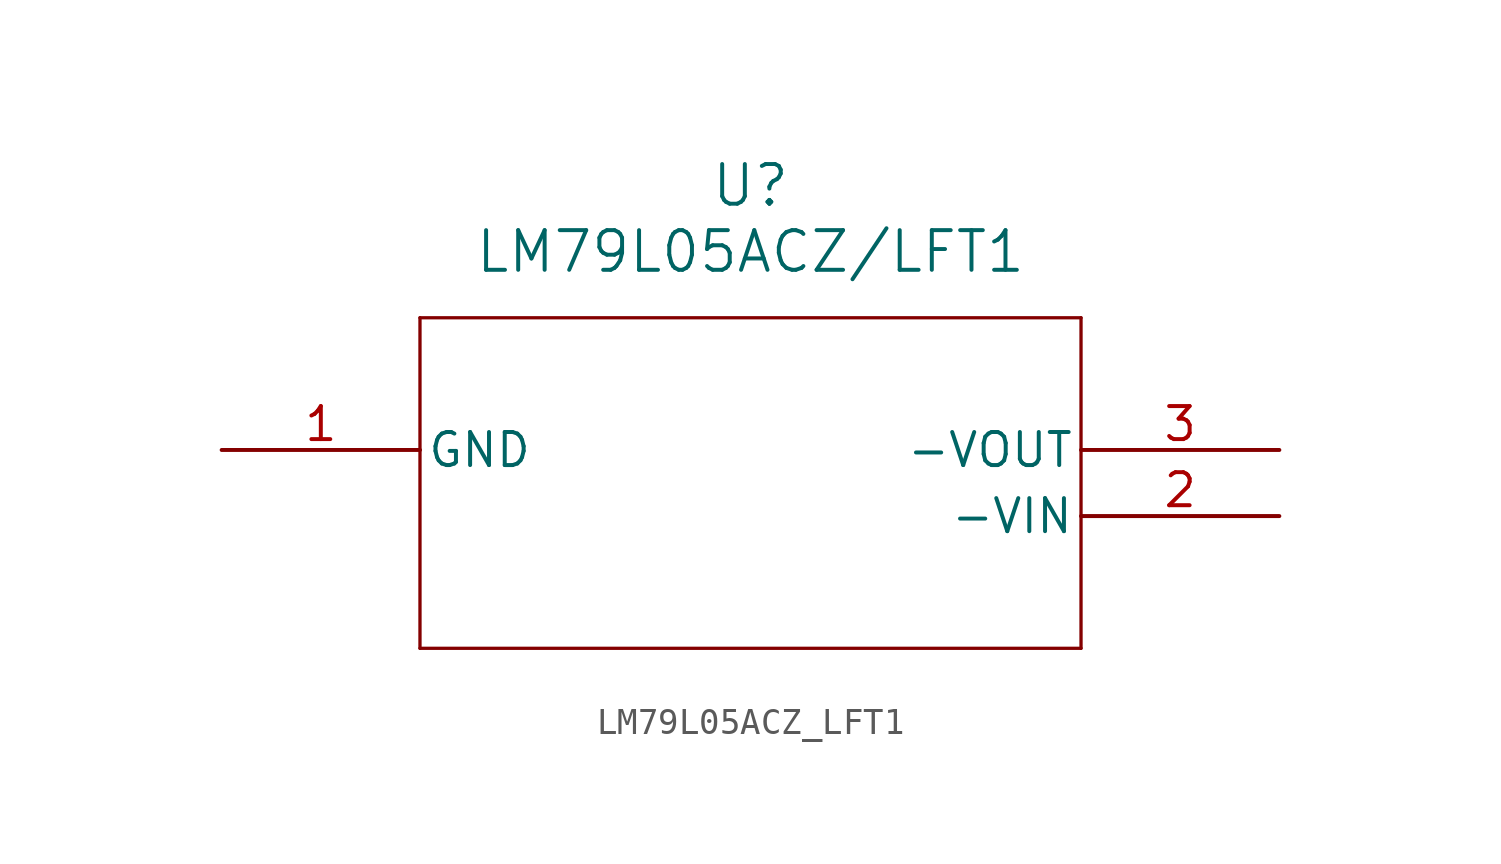
<source format=kicad_sym>
(kicad_symbol_lib
  (version 20211014)
  (generator kicad_symbol_editor)
  (symbol "LM79L05ACZ_LFT1"
    (pin_names
      (offset 0.254))
    (property "Reference" "U"
      (at 20.32 10.16 0)
      (effects (font (size 1.524 1.524))))
    (property "Value" "LM79L05ACZ/LFT1"
      (at 20.32 7.62 0)
      (effects (font (size 1.524 1.524))))
    (symbol "LM79L05ACZ_LFT1_0_1"
      (polyline (pts (xy 7.62 5.08) (xy 7.62 -7.62)) (stroke (width 0.127) (type default) (color 0 0 0 0)) (fill (type none)))
      (polyline (pts (xy 7.62 -7.62) (xy 33.02 -7.62)) (stroke (width 0.127) (type default) (color 0 0 0 0)) (fill (type none)))
      (polyline (pts (xy 33.02 -7.62) (xy 33.02 5.08)) (stroke (width 0.127) (type default) (color 0 0 0 0)) (fill (type none)))
      (polyline (pts (xy 33.02 5.08) (xy 7.62 5.08)) (stroke (width 0.127) (type default) (color 0 0 0 0)) (fill (type none)))
      (pin power_in line (at 0 0 0) (length 7.62) (name "GND" (effects (font (size 1.27 1.27)))) (number "1" (effects (font (size 1.27 1.27)))))
      (pin input line (at 40.64 -2.54 180) (length 7.62) (name "-VIN" (effects (font (size 1.27 1.27)))) (number "2" (effects (font (size 1.27 1.27)))))
      (pin output line (at 40.64 0 180) (length 7.62) (name "-VOUT" (effects (font (size 1.27 1.27)))) (number "3" (effects (font (size 1.27 1.27))))))))
</source>
